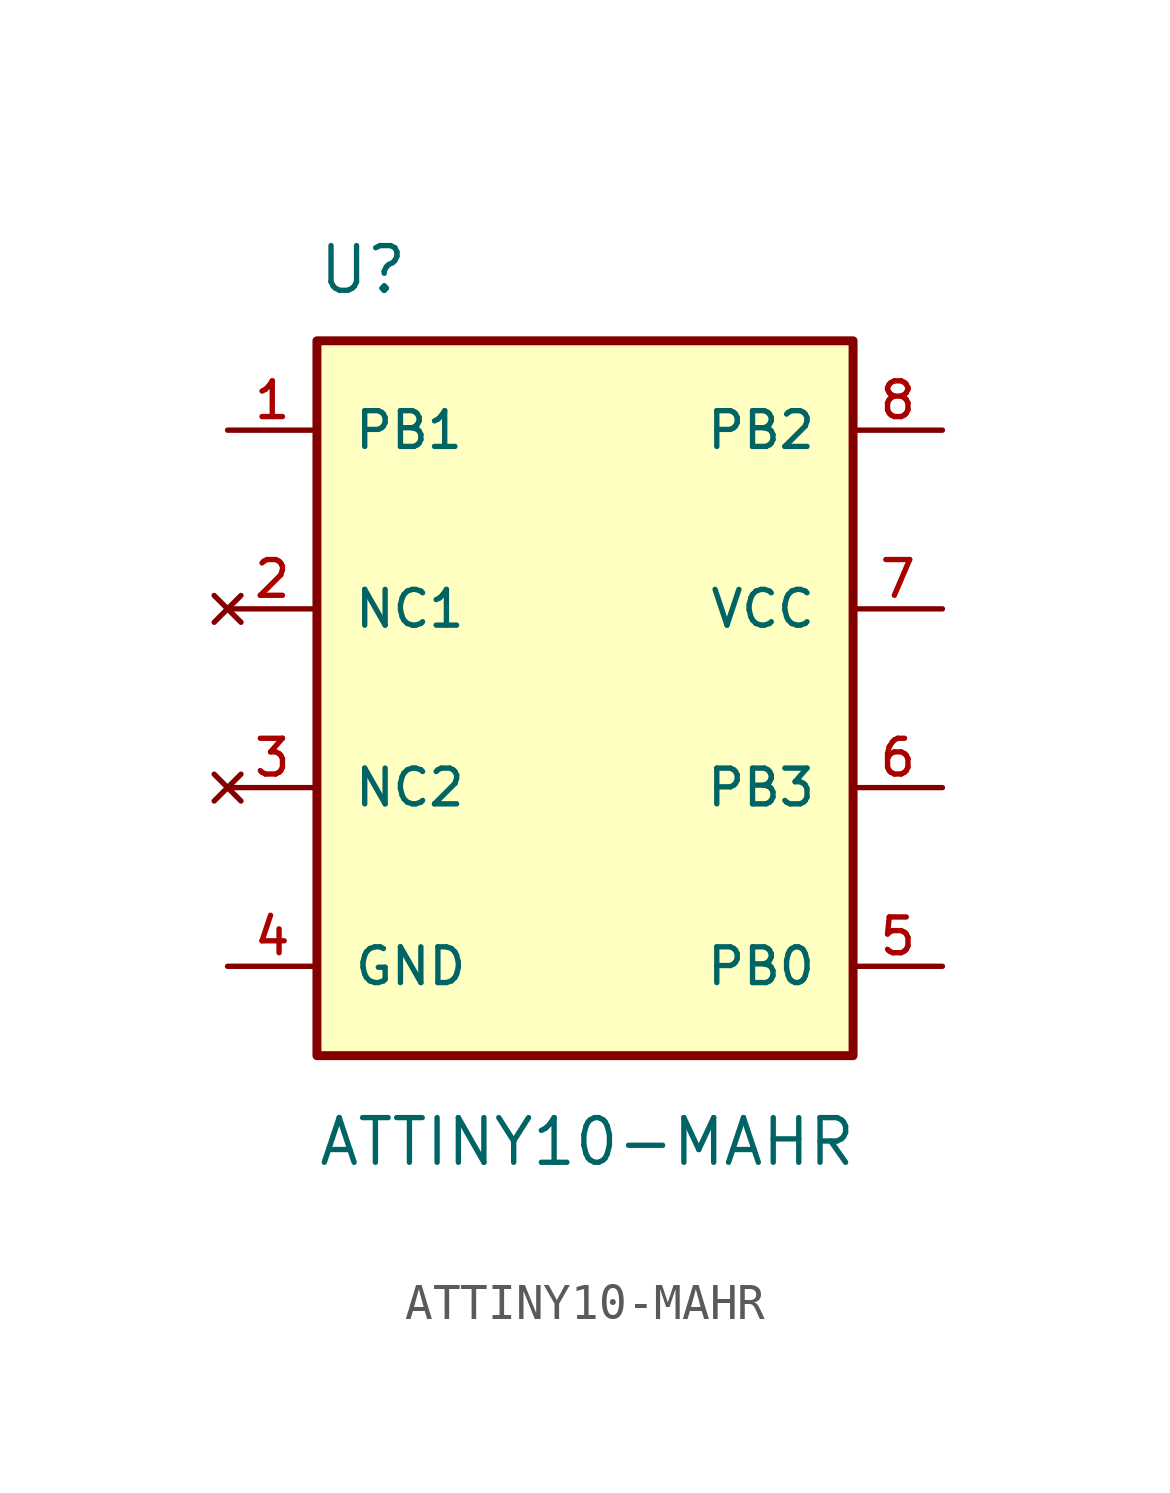
<source format=kicad_sym>
(kicad_symbol_lib
  (version 20211014)
  (generator kicad_symbol_editor)
  (symbol "ATTINY10-MAHR"
    (pin_names
      (offset 1.016))
    (property "Reference" "U"
      (at -7.622 11.433 0)
      (effects (font (size 1.27 1.27)) (justify bottom left)))
    (property "Value" "ATTINY10-MAHR"
      (at -7.631 -13.354 0)
      (effects (font (size 1.27 1.27)) (justify bottom left)))
    (symbol "ATTINY10-MAHR_0_0"
      (rectangle (start -7.62 -10.16) (end 7.62 10.16) (stroke (width 0.254)) (fill (type background)))
      (pin no_connect line (at -10.16 2.54 0) (length 2.54) (name "NC1" (effects (font (size 1.016 1.016)))) (number "2" (effects (font (size 1.016 1.016)))))
      (pin bidirectional line (at -10.16 7.62 0) (length 2.54) (name "PB1" (effects (font (size 1.016 1.016)))) (number "1" (effects (font (size 1.016 1.016)))))
      (pin no_connect line (at -10.16 -2.54 0) (length 2.54) (name "NC2" (effects (font (size 1.016 1.016)))) (number "3" (effects (font (size 1.016 1.016)))))
      (pin power_in line (at -10.16 -7.62 0) (length 2.54) (name "GND" (effects (font (size 1.016 1.016)))) (number "4" (effects (font (size 1.016 1.016)))))
      (pin bidirectional line (at 10.16 7.62 180.0) (length 2.54) (name "PB2" (effects (font (size 1.016 1.016)))) (number "8" (effects (font (size 1.016 1.016)))))
      (pin power_in line (at 10.16 2.54 180.0) (length 2.54) (name "VCC" (effects (font (size 1.016 1.016)))) (number "7" (effects (font (size 1.016 1.016)))))
      (pin bidirectional line (at 10.16 -2.54 180.0) (length 2.54) (name "PB3" (effects (font (size 1.016 1.016)))) (number "6" (effects (font (size 1.016 1.016)))))
      (pin bidirectional line (at 10.16 -7.62 180.0) (length 2.54) (name "PB0" (effects (font (size 1.016 1.016)))) (number "5" (effects (font (size 1.016 1.016))))))))
</source>
